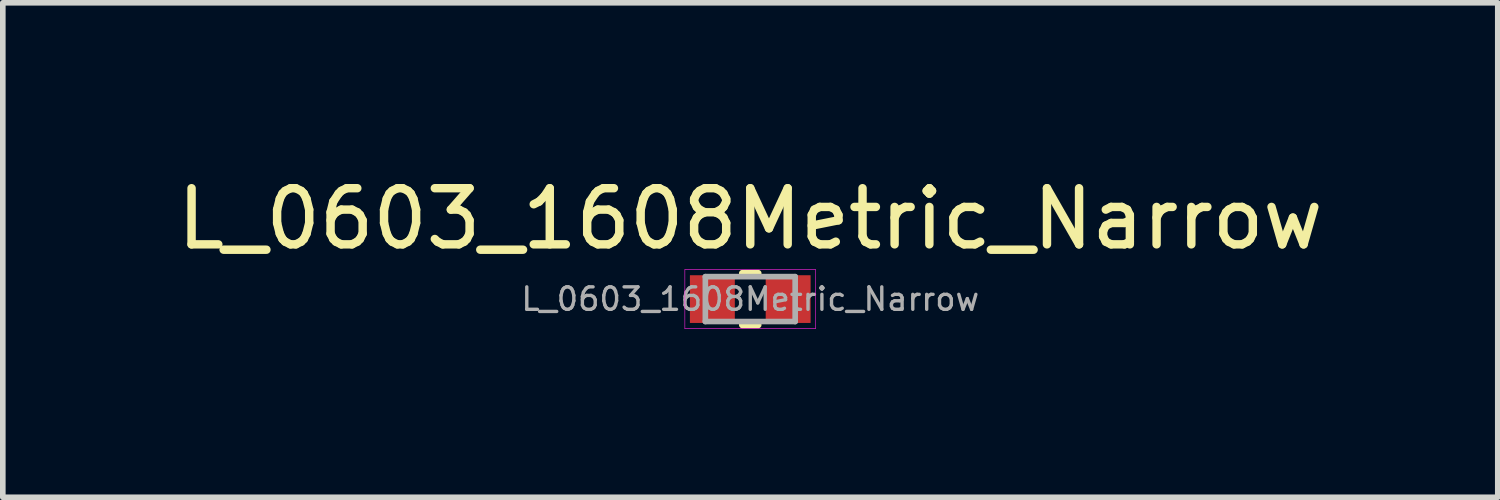
<source format=kicad_pcb>
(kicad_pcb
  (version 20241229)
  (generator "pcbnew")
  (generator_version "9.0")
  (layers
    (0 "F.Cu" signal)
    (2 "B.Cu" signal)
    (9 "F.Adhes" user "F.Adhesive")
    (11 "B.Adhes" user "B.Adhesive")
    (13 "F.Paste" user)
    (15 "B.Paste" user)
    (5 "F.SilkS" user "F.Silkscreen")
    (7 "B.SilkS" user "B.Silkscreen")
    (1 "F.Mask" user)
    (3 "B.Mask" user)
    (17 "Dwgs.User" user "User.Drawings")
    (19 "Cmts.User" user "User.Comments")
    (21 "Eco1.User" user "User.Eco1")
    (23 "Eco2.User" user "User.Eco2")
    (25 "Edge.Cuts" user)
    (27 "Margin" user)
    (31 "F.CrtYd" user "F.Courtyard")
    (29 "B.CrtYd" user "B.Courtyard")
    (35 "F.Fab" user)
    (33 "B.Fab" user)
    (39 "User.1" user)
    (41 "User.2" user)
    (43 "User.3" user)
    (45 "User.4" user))
  (footprint "L_0603_1608Metric_Narrow"
    (layer "F.Cu")
    (at 10.315 2.278)
    (property "Reference" "L_0603_1608Metric_Narrow" (at 0 -1.43 0) (layer "F.SilkS") (effects (font (size 1 1) (thickness 0.15))))
    (attr smd)
    (fp_line (start -0.141 -0.46) (end 0.141 -0.46) (stroke (width 0.12) (type solid)) (layer "F.SilkS"))
    (fp_line (start -0.141 0.46) (end 0.141 0.46) (stroke (width 0.12) (type solid)) (layer "F.SilkS"))
    (fp_line (start -1.165 -0.525) (end 1.165 -0.525) (stroke (width 0.01) (type solid)) (layer "F.CrtYd"))
    (fp_line (start -1.165 0.525) (end -1.165 -0.525) (stroke (width 0.01) (type solid)) (layer "F.CrtYd"))
    (fp_line (start 1.165 -0.525) (end 1.165 0.525) (stroke (width 0.01) (type solid)) (layer "F.CrtYd"))
    (fp_line (start 1.165 0.525) (end -1.165 0.525) (stroke (width 0.01) (type solid)) (layer "F.CrtYd"))
    (fp_line (start -0.8 -0.4) (end 0.8 -0.4) (stroke (width 0.1) (type solid)) (layer "F.Fab"))
    (fp_line (start -0.8 0.4) (end -0.8 -0.4) (stroke (width 0.1) (type solid)) (layer "F.Fab"))
    (fp_line (start 0.8 -0.4) (end 0.8 0.4) (stroke (width 0.1) (type solid)) (layer "F.Fab"))
    (fp_line (start 0.8 0.4) (end -0.8 0.4) (stroke (width 0.1) (type solid)) (layer "F.Fab"))
    (fp_text user "${REFERENCE}" (at 0 0 0) (layer "F.Fab") (effects (font (size 0.4 0.4) (thickness 0.06))))
    (pad "1" smd rect (at -0.675 0) (size 0.8 0.85) (layers "F.Cu" "F.Mask" "F.Paste"))
    (pad "2" smd rect (at 0.675 0) (size 0.8 0.85) (layers "F.Cu" "F.Mask" "F.Paste")))
  (gr_rect
    (start -3 -3)
    (end 23.631 5.808)
    (stroke (width 0.1) (type default))
    (fill no)
    (layer "Edge.Cuts")))
</source>
